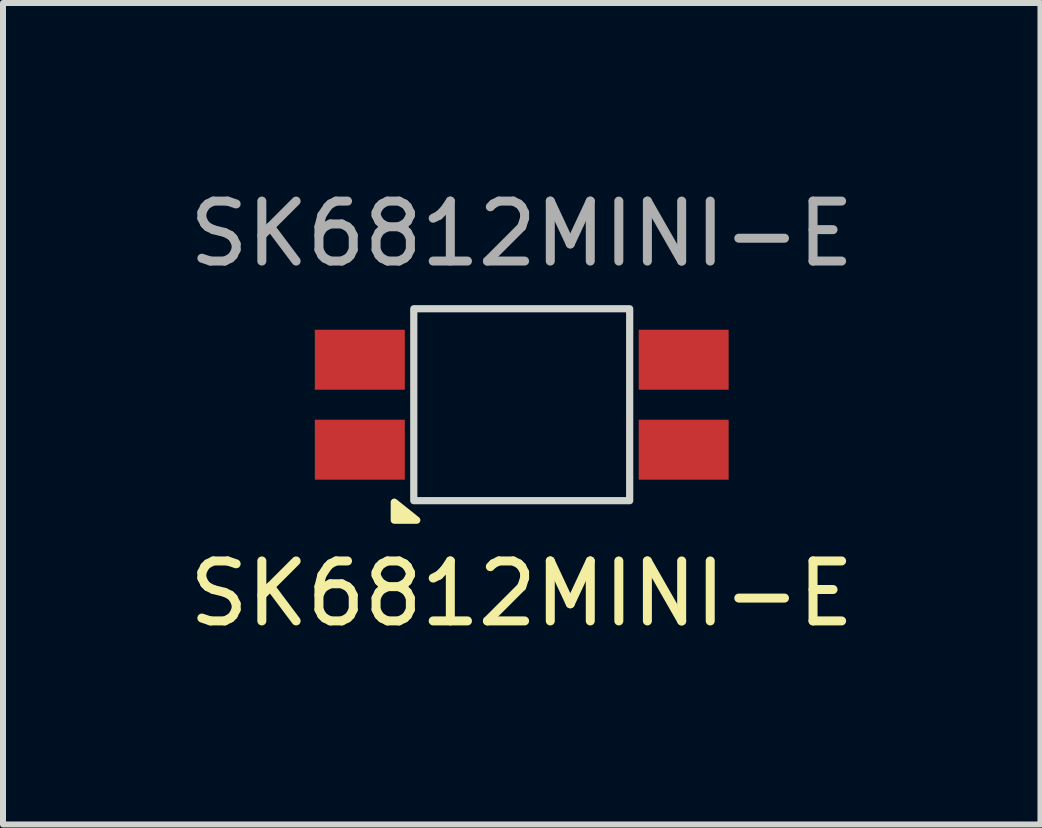
<source format=kicad_pcb>
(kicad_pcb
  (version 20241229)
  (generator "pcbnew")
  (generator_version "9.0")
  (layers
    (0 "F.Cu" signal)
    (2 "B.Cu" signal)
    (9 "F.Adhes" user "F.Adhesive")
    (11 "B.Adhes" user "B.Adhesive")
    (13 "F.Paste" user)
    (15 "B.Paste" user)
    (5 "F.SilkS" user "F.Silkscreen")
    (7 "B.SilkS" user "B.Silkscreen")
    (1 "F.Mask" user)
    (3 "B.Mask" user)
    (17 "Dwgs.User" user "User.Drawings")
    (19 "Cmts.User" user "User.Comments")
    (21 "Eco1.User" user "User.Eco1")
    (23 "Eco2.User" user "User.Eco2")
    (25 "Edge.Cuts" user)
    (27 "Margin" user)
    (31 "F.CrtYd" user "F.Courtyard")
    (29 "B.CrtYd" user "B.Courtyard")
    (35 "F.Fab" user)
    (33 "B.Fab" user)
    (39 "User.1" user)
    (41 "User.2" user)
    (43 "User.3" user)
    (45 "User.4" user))
  (footprint "SK6812MINI-E"
    (layer "F.Cu")
    (at 5.649 3.698)
    (property "Reference" "SK6812MINI-E" (at 0 3.15 0) (unlocked yes) (layer "F.SilkS") (effects (font (size 1 1) (thickness 0.15))))
    (attr smd)
    (fp_poly (pts (xy -1.75 1.925) (xy -2.125 1.925) (xy -2.125 1.625)) (stroke (width 0.12) (type solid)) (fill yes) (layer "F.SilkS"))
    (fp_rect (start -1.8 -1.6) (end 1.8 1.6) (stroke (width 0.12) (type solid)) (fill no) (layer "Edge.Cuts"))
    (fp_text user "${REFERENCE}" (at 0 -2.85 0) (unlocked yes) (layer "F.Fab") (effects (font (size 1 1) (thickness 0.15))))
    (pad "1" smd rect (at 2.7 -0.75) (size 1.5 1) (layers "F.Cu" "F.Mask" "F.Paste"))
    (pad "2" smd rect (at 2.7 0.75) (size 1.5 1) (layers "F.Cu" "F.Mask" "F.Paste"))
    (pad "3" smd rect (at -2.7 0.75) (size 1.5 1) (layers "F.Cu" "F.Mask" "F.Paste"))
    (pad "4" smd rect (at -2.7 -0.75) (size 1.5 1) (layers "F.Cu" "F.Mask" "F.Paste")))
  (gr_rect
    (start -3 -3)
    (end 14.298 10.697)
    (stroke (width 0.1) (type default))
    (fill no)
    (layer "Edge.Cuts")))
</source>
